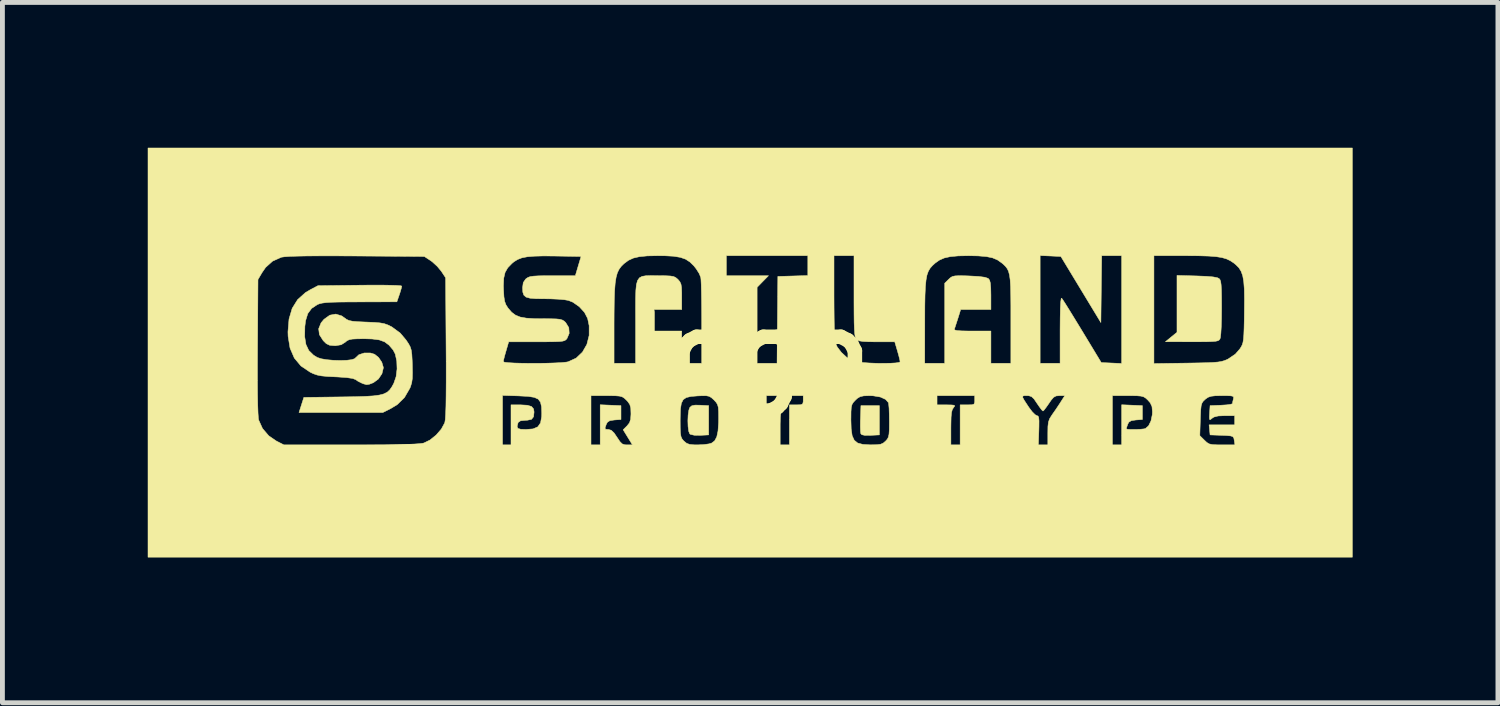
<source format=kicad_pcb>
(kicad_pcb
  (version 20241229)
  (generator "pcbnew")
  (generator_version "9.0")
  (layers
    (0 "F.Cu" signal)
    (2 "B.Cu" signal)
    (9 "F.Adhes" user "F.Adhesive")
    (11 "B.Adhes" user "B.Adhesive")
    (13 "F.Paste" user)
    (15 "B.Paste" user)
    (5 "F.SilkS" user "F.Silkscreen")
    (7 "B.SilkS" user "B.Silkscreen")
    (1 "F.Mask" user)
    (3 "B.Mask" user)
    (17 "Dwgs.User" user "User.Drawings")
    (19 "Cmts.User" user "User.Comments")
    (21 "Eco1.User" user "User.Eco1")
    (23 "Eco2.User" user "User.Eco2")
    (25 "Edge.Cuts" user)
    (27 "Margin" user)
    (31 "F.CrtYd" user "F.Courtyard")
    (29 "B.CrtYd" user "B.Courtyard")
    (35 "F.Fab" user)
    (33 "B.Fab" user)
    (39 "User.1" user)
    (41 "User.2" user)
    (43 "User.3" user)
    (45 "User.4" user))
  (footprint "logo"
    (layer "F.Cu")
    (at 12.419 4.228)
    (property "Reference" "logo" (at 0 0 0) (layer "F.SilkS") (effects (font (size 1.524 1.524) (thickness 0.3))))
    (attr through_hole)
    (fp_poly (pts (xy 2.683 1.699) (xy 2.5 1.708) (xy 2.384 1.709) (xy 2.321 1.695) (xy 2.3 1.674) (xy 2.293 1.623) (xy 2.29 1.527) (xy 2.291 1.404) (xy 2.293 1.363) (xy 2.302 1.095) (xy 2.683 1.095) (xy 2.683 1.699)) (stroke (width 0.01) (type solid)) (fill yes) (layer "F.SilkS"))
    (fp_poly (pts (xy -1.015 1.086) (xy -0.841 1.095) (xy -0.841 1.699) (xy -1.016 1.708) (xy -1.138 1.706) (xy -1.216 1.688) (xy -1.231 1.678) (xy -1.253 1.623) (xy -1.266 1.526) (xy -1.27 1.407) (xy -1.265 1.288) (xy -1.25 1.188) (xy -1.229 1.131) (xy -1.189 1.098) (xy -1.121 1.084) (xy -1.015 1.086)) (stroke (width 0.01) (type solid)) (fill yes) (layer "F.SilkS"))
    (fp_poly (pts (xy 9.234 -1.582) (xy 9.433 -1.574) (xy 9.573 -1.562) (xy 9.66 -1.545) (xy 9.695 -1.528) (xy 9.714 -1.505) (xy 9.728 -1.465) (xy 9.737 -1.399) (xy 9.743 -1.299) (xy 9.746 -1.155) (xy 9.747 -0.959) (xy 9.747 -0.915) (xy 9.745 -0.711) (xy 9.74 -0.536) (xy 9.732 -0.4) (xy 9.722 -0.311) (xy 9.714 -0.284) (xy 9.698 -0.261) (xy 9.672 -0.245) (xy 9.625 -0.234) (xy 9.549 -0.228) (xy 9.434 -0.224) (xy 9.271 -0.223) (xy 9.135 -0.223) (xy 8.588 -0.224) (xy 8.707 -0.322) (xy 8.826 -0.419) (xy 8.826 -1.593) (xy 9.234 -1.582)) (stroke (width 0.01) (type solid)) (fill yes) (layer "F.SilkS"))
    (fp_poly (pts (xy -8.415 -0.757) (xy -8.36 -0.718) (xy -8.315 -0.685) (xy -8.264 -0.662) (xy -8.193 -0.647) (xy -8.089 -0.638) (xy -7.937 -0.631) (xy -7.906 -0.63) (xy -7.742 -0.623) (xy -7.625 -0.613) (xy -7.537 -0.597) (xy -7.464 -0.571) (xy -7.386 -0.533) (xy -7.375 -0.526) (xy -7.207 -0.402) (xy -7.089 -0.262) (xy -7.036 -0.183) (xy -7.001 -0.118) (xy -6.98 -0.05) (xy -6.968 0.038) (xy -6.961 0.164) (xy -6.958 0.253) (xy -6.955 0.417) (xy -6.958 0.535) (xy -6.971 0.623) (xy -6.994 0.699) (xy -7.008 0.734) (xy -7.12 0.927) (xy -7.267 1.072) (xy -7.405 1.156) (xy -7.569 1.238) (xy -9.297 1.238) (xy -9.247 1.081) (xy -9.197 0.925) (xy -8.416 0.915) (xy -8.147 0.911) (xy -7.933 0.904) (xy -7.766 0.894) (xy -7.64 0.877) (xy -7.547 0.853) (xy -7.477 0.818) (xy -7.425 0.771) (xy -7.381 0.709) (xy -7.34 0.634) (xy -7.293 0.498) (xy -7.273 0.337) (xy -7.279 0.175) (xy -7.31 0.031) (xy -7.354 -0.054) (xy -7.439 -0.154) (xy -7.53 -0.222) (xy -7.641 -0.262) (xy -7.787 -0.281) (xy -7.948 -0.286) (xy -8.097 -0.284) (xy -8.197 -0.279) (xy -8.262 -0.266) (xy -8.309 -0.243) (xy -8.343 -0.214) (xy -8.426 -0.162) (xy -8.539 -0.143) (xy -8.562 -0.143) (xy -8.663 -0.151) (xy -8.734 -0.185) (xy -8.797 -0.247) (xy -8.876 -0.37) (xy -8.891 -0.492) (xy -8.842 -0.613) (xy -8.782 -0.686) (xy -8.662 -0.772) (xy -8.538 -0.795) (xy -8.415 -0.757)) (stroke (width 0.01) (type solid)) (fill yes) (layer "F.SilkS"))
    (fp_poly (pts (xy -7.591 -1.393) (xy -7.416 -1.39) (xy -7.284 -1.386) (xy -7.201 -1.38) (xy -7.176 -1.373) (xy -7.185 -1.329) (xy -7.209 -1.247) (xy -7.226 -1.196) (xy -7.277 -1.048) (xy -8.044 -1.046) (xy -8.292 -1.045) (xy -8.484 -1.043) (xy -8.63 -1.039) (xy -8.738 -1.032) (xy -8.816 -1.022) (xy -8.872 -1.009) (xy -8.916 -0.992) (xy -8.919 -0.991) (xy -9.038 -0.911) (xy -9.116 -0.805) (xy -9.161 -0.659) (xy -9.176 -0.54) (xy -9.18 -0.33) (xy -9.154 -0.168) (xy -9.095 -0.043) (xy -8.997 0.053) (xy -8.921 0.1) (xy -8.841 0.127) (xy -8.724 0.147) (xy -8.587 0.159) (xy -8.445 0.163) (xy -8.313 0.159) (xy -8.209 0.146) (xy -8.146 0.125) (xy -8.138 0.116) (xy -8.062 0.045) (xy -7.951 0.008) (xy -7.826 0.008) (xy -7.738 0.034) (xy -7.655 0.1) (xy -7.588 0.199) (xy -7.557 0.303) (xy -7.556 0.316) (xy -7.585 0.436) (xy -7.658 0.545) (xy -7.76 0.62) (xy -7.764 0.622) (xy -7.847 0.654) (xy -7.902 0.662) (xy -7.962 0.646) (xy -8 0.631) (xy -8.08 0.591) (xy -8.127 0.558) (xy -8.189 0.534) (xy -8.312 0.516) (xy -8.497 0.503) (xy -8.541 0.501) (xy -8.709 0.493) (xy -8.831 0.481) (xy -8.923 0.463) (xy -9.003 0.435) (xy -9.069 0.403) (xy -9.257 0.276) (xy -9.394 0.112) (xy -9.482 -0.092) (xy -9.522 -0.336) (xy -9.525 -0.429) (xy -9.503 -0.693) (xy -9.438 -0.913) (xy -9.326 -1.093) (xy -9.166 -1.237) (xy -9.069 -1.295) (xy -8.906 -1.381) (xy -8.041 -1.391) (xy -7.802 -1.393) (xy -7.591 -1.393)) (stroke (width 0.01) (type solid)) (fill yes) (layer "F.SilkS"))
    (fp_poly (pts (xy 12.446 4.223) (xy -12.414 4.223) (xy -12.414 0.256) (xy -10.155 0.256) (xy -10.155 0.582) (xy -10.153 0.858) (xy -10.149 1.081) (xy -10.143 1.247) (xy -10.136 1.354) (xy -10.13 1.391) (xy -10.051 1.566) (xy -9.922 1.717) (xy -9.765 1.825) (xy -9.608 1.905) (xy -8.229 1.905) (xy -5.096 1.905) (xy -4.921 1.905) (xy -4.921 1.079) (xy -4.721 1.079) (xy -4.583 1.087) (xy -4.497 1.113) (xy -4.455 1.163) (xy -4.445 1.226) (xy -4.456 1.325) (xy -4.498 1.378) (xy -4.584 1.396) (xy -4.62 1.397) (xy -4.722 1.407) (xy -4.771 1.439) (xy -4.775 1.447) (xy -4.795 1.521) (xy -4.78 1.564) (xy -4.72 1.583) (xy -4.614 1.587) (xy -4.466 1.575) (xy -4.368 1.533) (xy -4.311 1.451) (xy -4.288 1.322) (xy -4.286 1.252) (xy -4.291 1.118) (xy -4.312 1.024) (xy -4.359 0.961) (xy -4.44 0.924) (xy -4.566 0.904) (xy -4.746 0.895) (xy -4.752 0.894) (xy -4.926 0.889) (xy -3.27 0.889) (xy -3.27 1.905) (xy -3.08 1.905) (xy -3.08 1.077) (xy -2.865 1.086) (xy -2.651 1.095) (xy -2.651 1.381) (xy -2.788 1.391) (xy -2.88 1.405) (xy -2.93 1.436) (xy -2.954 1.48) (xy -2.979 1.551) (xy -2.973 1.581) (xy -2.929 1.587) (xy -2.908 1.587) (xy -2.851 1.604) (xy -2.793 1.659) (xy -2.734 1.746) (xy -2.673 1.837) (xy -2.625 1.885) (xy -2.571 1.903) (xy -2.525 1.905) (xy -2.414 1.905) (xy -2.606 1.593) (xy -2.525 1.512) (xy -2.477 1.452) (xy -2.459 1.402) (xy -1.429 1.402) (xy -1.428 1.556) (xy -1.423 1.661) (xy -1.413 1.729) (xy -1.394 1.776) (xy -1.364 1.814) (xy -1.351 1.827) (xy -1.298 1.871) (xy -1.235 1.895) (xy -1.143 1.904) (xy -1.067 1.905) (xy -0.945 1.899) (xy -0.839 1.885) (xy -0.781 1.869) (xy -0.718 1.822) (xy -0.674 1.741) (xy -0.648 1.619) (xy -0.636 1.447) (xy -0.635 1.358) (xy -0.636 1.222) (xy -0.642 1.132) (xy -0.658 1.072) (xy -0.687 1.026) (xy -0.731 0.978) (xy -0.784 0.93) (xy -0.832 0.902) (xy -0.894 0.89) (xy -0.99 0.891) (xy -1.068 0.894) (xy -1.205 0.905) (xy -1.303 0.928) (xy -1.367 0.972) (xy -1.405 1.047) (xy -1.423 1.163) (xy -1.428 1.33) (xy -1.429 1.402) (xy -2.459 1.402) (xy -2.452 1.381) (xy -2.445 1.276) (xy -2.445 1.253) (xy -2.449 1.142) (xy -2.47 1.069) (xy -2.514 1.007) (xy -2.538 0.982) (xy -2.583 0.94) (xy -2.626 0.913) (xy -2.683 0.898) (xy -2.768 0.891) (xy -2.897 0.889) (xy -2.95 0.889) (xy 0.349 0.889) (xy 0.349 1.079) (xy 0.545 1.079) (xy 0.65 1.081) (xy 0.703 1.087) (xy 0.714 1.103) (xy 0.692 1.132) (xy 0.688 1.138) (xy 0.663 1.177) (xy 0.648 1.238) (xy 0.639 1.334) (xy 0.635 1.477) (xy 0.635 1.55) (xy 0.635 1.905) (xy 0.826 1.905) (xy 0.826 1.381) (xy 2.095 1.381) (xy 2.101 1.575) (xy 2.121 1.715) (xy 2.164 1.809) (xy 2.235 1.867) (xy 2.341 1.895) (xy 2.49 1.904) (xy 2.502 1.904) (xy 2.627 1.902) (xy 2.708 1.892) (xy 2.763 1.868) (xy 2.811 1.827) (xy 2.846 1.788) (xy 2.869 1.744) (xy 2.882 1.683) (xy 2.888 1.588) (xy 2.889 1.448) (xy 2.889 1.417) (xy 2.887 1.273) (xy 2.883 1.15) (xy 2.875 1.064) (xy 2.87 1.033) (xy 2.811 0.966) (xy 2.703 0.917) (xy 2.554 0.892) (xy 2.476 0.889) (xy 3.873 0.889) (xy 3.873 1.079) (xy 4.069 1.079) (xy 4.175 1.081) (xy 4.227 1.087) (xy 4.238 1.103) (xy 4.217 1.132) (xy 4.212 1.138) (xy 4.188 1.177) (xy 4.172 1.238) (xy 4.163 1.334) (xy 4.16 1.477) (xy 4.159 1.55) (xy 4.159 1.905) (xy 4.35 1.905) (xy 4.35 1.079) (xy 4.501 1.079) (xy 4.592 1.077) (xy 4.636 1.063) (xy 4.65 1.026) (xy 4.651 0.984) (xy 4.651 0.927) (xy 5.642 0.927) (xy 5.672 0.983) (xy 5.734 1.078) (xy 5.772 1.135) (xy 5.838 1.222) (xy 5.898 1.282) (xy 5.935 1.302) (xy 5.958 1.31) (xy 5.972 1.342) (xy 5.978 1.409) (xy 5.977 1.523) (xy 5.975 1.603) (xy 5.965 1.905) (xy 6.16 1.905) (xy 6.16 1.656) (xy 6.162 1.524) (xy 6.173 1.434) (xy 6.197 1.365) (xy 6.24 1.296) (xy 6.25 1.281) (xy 6.327 1.171) (xy 6.406 1.052) (xy 6.425 1.022) (xy 6.51 0.889) (xy 7.493 0.889) (xy 7.493 1.905) (xy 7.684 1.905) (xy 7.684 1.714) (xy 9.297 1.714) (xy 9.393 1.809) (xy 9.443 1.856) (xy 9.492 1.885) (xy 9.556 1.899) (xy 9.652 1.904) (xy 9.755 1.905) (xy 10.022 1.905) (xy 10.008 1.811) (xy 9.999 1.764) (xy 9.979 1.735) (xy 9.935 1.72) (xy 9.852 1.712) (xy 9.752 1.708) (xy 9.509 1.699) (xy 9.499 1.595) (xy 9.489 1.492) (xy 10.017 1.492) (xy 10.017 1.302) (xy 9.813 1.302) (xy 9.677 1.308) (xy 9.59 1.33) (xy 9.549 1.356) (xy 9.514 1.385) (xy 9.498 1.379) (xy 9.495 1.328) (xy 9.499 1.253) (xy 9.509 1.095) (xy 9.739 1.086) (xy 9.851 1.079) (xy 9.933 1.068) (xy 9.969 1.056) (xy 9.97 1.054) (xy 9.978 1.009) (xy 9.99 0.96) (xy 9.996 0.925) (xy 9.984 0.904) (xy 9.943 0.893) (xy 9.859 0.889) (xy 9.753 0.889) (xy 9.619 0.891) (xy 9.531 0.901) (xy 9.469 0.922) (xy 9.416 0.958) (xy 9.408 0.966) (xy 9.368 1.003) (xy 9.342 1.043) (xy 9.325 1.098) (xy 9.316 1.184) (xy 9.31 1.314) (xy 9.308 1.378) (xy 9.297 1.714) (xy 7.684 1.714) (xy 7.684 1.077) (xy 7.898 1.086) (xy 8.112 1.095) (xy 8.112 1.381) (xy 7.976 1.391) (xy 7.883 1.405) (xy 7.833 1.436) (xy 7.809 1.48) (xy 7.787 1.544) (xy 7.779 1.574) (xy 7.807 1.583) (xy 7.878 1.587) (xy 7.972 1.587) (xy 8.067 1.583) (xy 8.144 1.575) (xy 8.174 1.568) (xy 8.239 1.512) (xy 8.289 1.411) (xy 8.316 1.282) (xy 8.319 1.222) (xy 8.31 1.115) (xy 8.274 1.037) (xy 8.226 0.982) (xy 8.181 0.94) (xy 8.137 0.913) (xy 8.081 0.898) (xy 7.995 0.891) (xy 7.867 0.889) (xy 7.813 0.889) (xy 7.493 0.889) (xy 6.51 0.889) (xy 6.398 0.889) (xy 6.331 0.895) (xy 6.279 0.923) (xy 6.226 0.985) (xy 6.184 1.047) (xy 6.125 1.131) (xy 6.08 1.189) (xy 6.06 1.206) (xy 6.033 1.182) (xy 5.985 1.118) (xy 5.937 1.048) (xy 5.875 0.957) (xy 5.824 0.909) (xy 5.769 0.891) (xy 5.726 0.889) (xy 5.671 0.89) (xy 5.642 0.899) (xy 5.642 0.927) (xy 4.651 0.927) (xy 4.651 0.889) (xy 3.873 0.889) (xy 2.476 0.889) (xy 2.361 0.893) (xy 2.287 0.909) (xy 2.228 0.944) (xy 2.188 0.982) (xy 2.145 1.028) (xy 2.118 1.072) (xy 2.103 1.131) (xy 2.097 1.219) (xy 2.096 1.352) (xy 2.095 1.381) (xy 0.826 1.381) (xy 0.826 1.079) (xy 0.968 1.079) (xy 1.056 1.077) (xy 1.098 1.061) (xy 1.11 1.02) (xy 1.111 0.984) (xy 1.111 0.889) (xy 0.349 0.889) (xy -2.95 0.889) (xy -3.27 0.889) (xy -4.926 0.889) (xy -5.096 0.884) (xy -5.096 1.905) (xy -8.229 1.905) (xy -7.856 1.904) (xy -7.543 1.903) (xy -7.286 1.899) (xy -7.081 1.895) (xy -6.923 1.888) (xy -6.811 1.88) (xy -6.738 1.871) (xy -6.719 1.866) (xy -6.592 1.804) (xy -6.466 1.702) (xy -6.36 1.58) (xy -6.292 1.455) (xy -6.287 1.44) (xy -6.277 1.379) (xy -6.27 1.268) (xy -6.264 1.105) (xy -6.261 0.887) (xy -6.259 0.612) (xy -6.259 0.278) (xy -6.259 0.227) (xy 8.35 0.227) (xy 9.041 0.217) (xy 9.269 0.213) (xy 9.444 0.209) (xy 9.575 0.203) (xy 9.672 0.195) (xy 9.744 0.183) (xy 9.801 0.167) (xy 9.854 0.146) (xy 9.884 0.131) (xy 10.03 0.032) (xy 10.122 -0.073) (xy 10.151 -0.118) (xy 10.173 -0.161) (xy 10.188 -0.211) (xy 10.199 -0.278) (xy 10.206 -0.373) (xy 10.211 -0.504) (xy 10.215 -0.682) (xy 10.217 -0.846) (xy 10.219 -1.104) (xy 10.216 -1.307) (xy 10.204 -1.464) (xy 10.183 -1.585) (xy 10.15 -1.677) (xy 10.104 -1.751) (xy 10.042 -1.813) (xy 9.997 -1.85) (xy 9.926 -1.897) (xy 9.848 -1.934) (xy 9.755 -1.961) (xy 9.637 -1.98) (xy 9.485 -1.992) (xy 9.29 -1.998) (xy 9.042 -2) (xy 8.993 -2) (xy 8.35 -2) (xy 8.35 0.227) (xy -6.259 0.227) (xy -6.259 0.189) (xy -5.08 0.189) (xy -5.05 0.2) (xy -4.968 0.209) (xy -4.845 0.216) (xy -4.692 0.22) (xy -4.52 0.222) (xy -4.341 0.222) (xy -4.166 0.219) (xy -4.005 0.213) (xy -3.871 0.206) (xy -3.774 0.196) (xy -3.74 0.189) (xy -3.575 0.113) (xy -3.446 -0.01) (xy -3.355 -0.169) (xy -3.308 -0.354) (xy -3.308 -0.557) (xy -3.317 -0.597) (xy -2.794 -0.597) (xy -2.794 0.222) (xy -2.349 0.222) (xy -2.349 -0.633) (xy -2.35 -0.905) (xy -2.349 -1.12) (xy -2.344 -1.284) (xy -2.332 -1.405) (xy -2.308 -1.489) (xy -2.27 -1.543) (xy -2.215 -1.573) (xy -2.139 -1.586) (xy -2.038 -1.589) (xy -1.911 -1.588) (xy -1.881 -1.587) (xy -1.731 -1.586) (xy -1.631 -1.581) (xy -1.565 -1.57) (xy -1.52 -1.548) (xy -1.48 -1.515) (xy -1.475 -1.51) (xy -1.437 -1.465) (xy -1.413 -1.415) (xy -1.401 -1.344) (xy -1.397 -1.233) (xy -1.397 -1.16) (xy -1.397 -0.889) (xy -2.054 -0.889) (xy -2.119 -0.667) (xy -2.183 -0.445) (xy -1.397 -0.445) (xy -1.397 0.222) (xy -0.984 0.222) (xy -0.984 -0.615) (xy -0.985 -0.845) (xy -0.987 -1.058) (xy -0.99 -1.245) (xy -0.994 -1.397) (xy -0.999 -1.503) (xy -1.004 -1.552) (xy -1.036 -1.631) (xy -1.098 -1.729) (xy -1.146 -1.79) (xy -1.228 -1.87) (xy -1.317 -1.928) (xy -1.426 -1.966) (xy -1.567 -1.989) (xy -1.751 -1.999) (xy -1.895 -2) (xy -2.108 -1.996) (xy -2.27 -1.98) (xy -2.395 -1.951) (xy -2.496 -1.905) (xy -2.585 -1.839) (xy -2.588 -1.837) (xy -2.645 -1.781) (xy -2.69 -1.72) (xy -2.726 -1.646) (xy -2.752 -1.551) (xy -2.771 -1.428) (xy -2.783 -1.269) (xy -2.79 -1.067) (xy -2.793 -0.815) (xy -2.794 -0.597) (xy -3.317 -0.597) (xy -3.339 -0.704) (xy -3.404 -0.83) (xy -3.512 -0.948) (xy -3.644 -1.04) (xy -3.736 -1.077) (xy -3.817 -1.091) (xy -3.943 -1.102) (xy -4.096 -1.109) (xy -4.227 -1.111) (xy -4.405 -1.113) (xy -4.53 -1.123) (xy -4.611 -1.146) (xy -4.656 -1.186) (xy -4.677 -1.247) (xy -4.682 -1.336) (xy -4.682 -1.341) (xy -4.668 -1.445) (xy -4.62 -1.516) (xy -4.607 -1.527) (xy -4.571 -1.551) (xy -4.525 -1.568) (xy -4.455 -1.578) (xy -4.353 -1.584) (xy -4.207 -1.587) (xy -4.063 -1.587) (xy -3.593 -1.587) (xy -3.534 -1.786) (xy -3.475 -1.984) (xy -4.009 -1.993) (xy -4.251 -1.995) (xy -4.439 -1.99) (xy -4.584 -1.978) (xy -4.696 -1.956) (xy -4.784 -1.922) (xy -4.86 -1.875) (xy -4.902 -1.84) (xy -4.988 -1.751) (xy -5.043 -1.655) (xy -5.071 -1.536) (xy -5.078 -1.378) (xy -5.075 -1.293) (xy -5.067 -1.153) (xy -5.052 -1.058) (xy -5.026 -0.988) (xy -4.985 -0.923) (xy -4.979 -0.915) (xy -4.907 -0.832) (xy -4.828 -0.773) (xy -4.732 -0.734) (xy -4.604 -0.711) (xy -4.435 -0.7) (xy -4.272 -0.699) (xy -4.105 -0.698) (xy -3.989 -0.695) (xy -3.912 -0.687) (xy -3.861 -0.672) (xy -3.823 -0.649) (xy -3.793 -0.621) (xy -3.728 -0.515) (xy -3.72 -0.397) (xy -3.764 -0.293) (xy -3.784 -0.268) (xy -3.81 -0.25) (xy -3.851 -0.237) (xy -3.916 -0.229) (xy -4.016 -0.225) (xy -4.159 -0.223) (xy -4.354 -0.222) (xy -4.391 -0.222) (xy -4.969 -0.222) (xy -5.024 -0.033) (xy -5.054 0.072) (xy -5.074 0.153) (xy -5.08 0.189) (xy -6.259 0.189) (xy -6.261 -0.113) (xy -6.271 -1.545) (xy -6.358 -1.677) (xy -6.442 -1.779) (xy -6.546 -1.874) (xy -6.578 -1.897) (xy -6.71 -1.984) (xy -8.126 -1.994) (xy -8.513 -1.996) (xy -8.84 -1.996) (xy -9.108 -1.995) (xy -9.322 -1.991) (xy -9.483 -1.986) (xy -9.595 -1.978) (xy -9.66 -1.969) (xy -9.665 -1.967) (xy -9.843 -1.887) (xy -9.986 -1.758) (xy -10.06 -1.651) (xy -10.144 -1.508) (xy -10.153 -0.119) (xy -10.155 0.256) (xy -12.414 0.256) (xy -12.414 -2) (xy -0.476 -2) (xy -0.476 -1.587) (xy 0.394 -1.587) (xy 0.276 -1.467) (xy 0.159 -1.347) (xy 0.159 0.222) (xy 0.571 0.222) (xy 0.579 -0.675) (xy 0.587 -1.572) (xy 0.897 -1.581) (xy 1.206 -1.59) (xy 1.206 -2) (xy 1.746 -2) (xy 1.746 -1.163) (xy 1.747 -0.933) (xy 1.749 -0.72) (xy 1.752 -0.532) (xy 1.756 -0.381) (xy 1.761 -0.274) (xy 1.766 -0.226) (xy 1.812 -0.117) (xy 1.899 -0.003) (xy 2.009 0.098) (xy 2.125 0.168) (xy 2.143 0.175) (xy 2.219 0.192) (xy 2.334 0.205) (xy 2.474 0.215) (xy 2.625 0.221) (xy 2.776 0.222) (xy 2.787 0.222) (xy 3.619 0.222) (xy 4.032 0.222) (xy 4.032 -1.432) (xy 4.113 -1.512) (xy 4.152 -1.548) (xy 4.191 -1.571) (xy 4.246 -1.583) (xy 4.33 -1.587) (xy 4.456 -1.585) (xy 4.537 -1.582) (xy 4.729 -1.572) (xy 4.859 -1.555) (xy 4.929 -1.531) (xy 4.932 -1.528) (xy 4.958 -1.494) (xy 4.974 -1.434) (xy 4.982 -1.336) (xy 4.985 -1.188) (xy 4.985 -1.187) (xy 4.985 -0.889) (xy 4.361 -0.889) (xy 4.304 -0.706) (xy 4.27 -0.602) (xy 4.243 -0.519) (xy 4.231 -0.484) (xy 4.239 -0.467) (xy 4.285 -0.455) (xy 4.376 -0.448) (xy 4.519 -0.445) (xy 4.6 -0.445) (xy 4.985 -0.445) (xy 4.985 0.222) (xy 5.397 0.222) (xy 6.001 0.222) (xy 6.413 0.222) (xy 6.413 -0.467) (xy 6.415 -0.723) (xy 6.419 -0.916) (xy 6.426 -1.047) (xy 6.436 -1.115) (xy 6.445 -1.124) (xy 6.47 -1.089) (xy 6.523 -1.007) (xy 6.598 -0.887) (xy 6.691 -0.736) (xy 6.797 -0.563) (xy 6.87 -0.443) (xy 7.263 0.206) (xy 7.684 0.225) (xy 7.684 -2) (xy 7.272 -2) (xy 7.263 -1.31) (xy 7.255 -0.62) (xy 6.429 -1.984) (xy 6.215 -1.994) (xy 6.001 -2.003) (xy 6.001 0.222) (xy 5.397 0.222) (xy 5.397 -0.684) (xy 5.397 -0.964) (xy 5.395 -1.188) (xy 5.391 -1.363) (xy 5.383 -1.498) (xy 5.369 -1.6) (xy 5.349 -1.676) (xy 5.322 -1.733) (xy 5.286 -1.78) (xy 5.24 -1.825) (xy 5.207 -1.852) (xy 5.12 -1.913) (xy 5.018 -1.956) (xy 4.89 -1.982) (xy 4.722 -1.996) (xy 4.524 -2) (xy 4.311 -1.996) (xy 4.148 -1.981) (xy 4.022 -1.953) (xy 3.922 -1.909) (xy 3.838 -1.85) (xy 3.778 -1.796) (xy 3.73 -1.741) (xy 3.693 -1.678) (xy 3.665 -1.6) (xy 3.646 -1.497) (xy 3.633 -1.363) (xy 3.625 -1.191) (xy 3.621 -0.971) (xy 3.62 -0.697) (xy 3.62 -0.643) (xy 3.619 0.222) (xy 2.787 0.222) (xy 2.913 0.22) (xy 3.023 0.213) (xy 3.093 0.202) (xy 3.111 0.189) (xy 3.103 0.143) (xy 3.081 0.056) (xy 3.056 -0.033) (xy 3 -0.222) (xy 2.63 -0.222) (xy 2.46 -0.224) (xy 2.343 -0.23) (xy 2.268 -0.242) (xy 2.222 -0.261) (xy 2.209 -0.272) (xy 2.194 -0.295) (xy 2.182 -0.334) (xy 2.173 -0.396) (xy 2.167 -0.489) (xy 2.162 -0.62) (xy 2.16 -0.797) (xy 2.159 -1.026) (xy 2.159 -1.161) (xy 2.159 -2) (xy 1.746 -2) (xy 1.206 -2) (xy -0.476 -2) (xy -12.414 -2) (xy -12.414 -4.223) (xy 12.446 -4.223) (xy 12.446 4.223)) (stroke (width 0.01) (type solid)) (fill yes) (layer "F.SilkS")))
  (gr_rect
    (start -3 -3)
    (end 27.87 11.456)
    (stroke (width 0.1) (type default))
    (fill no)
    (layer "Edge.Cuts")))
</source>
